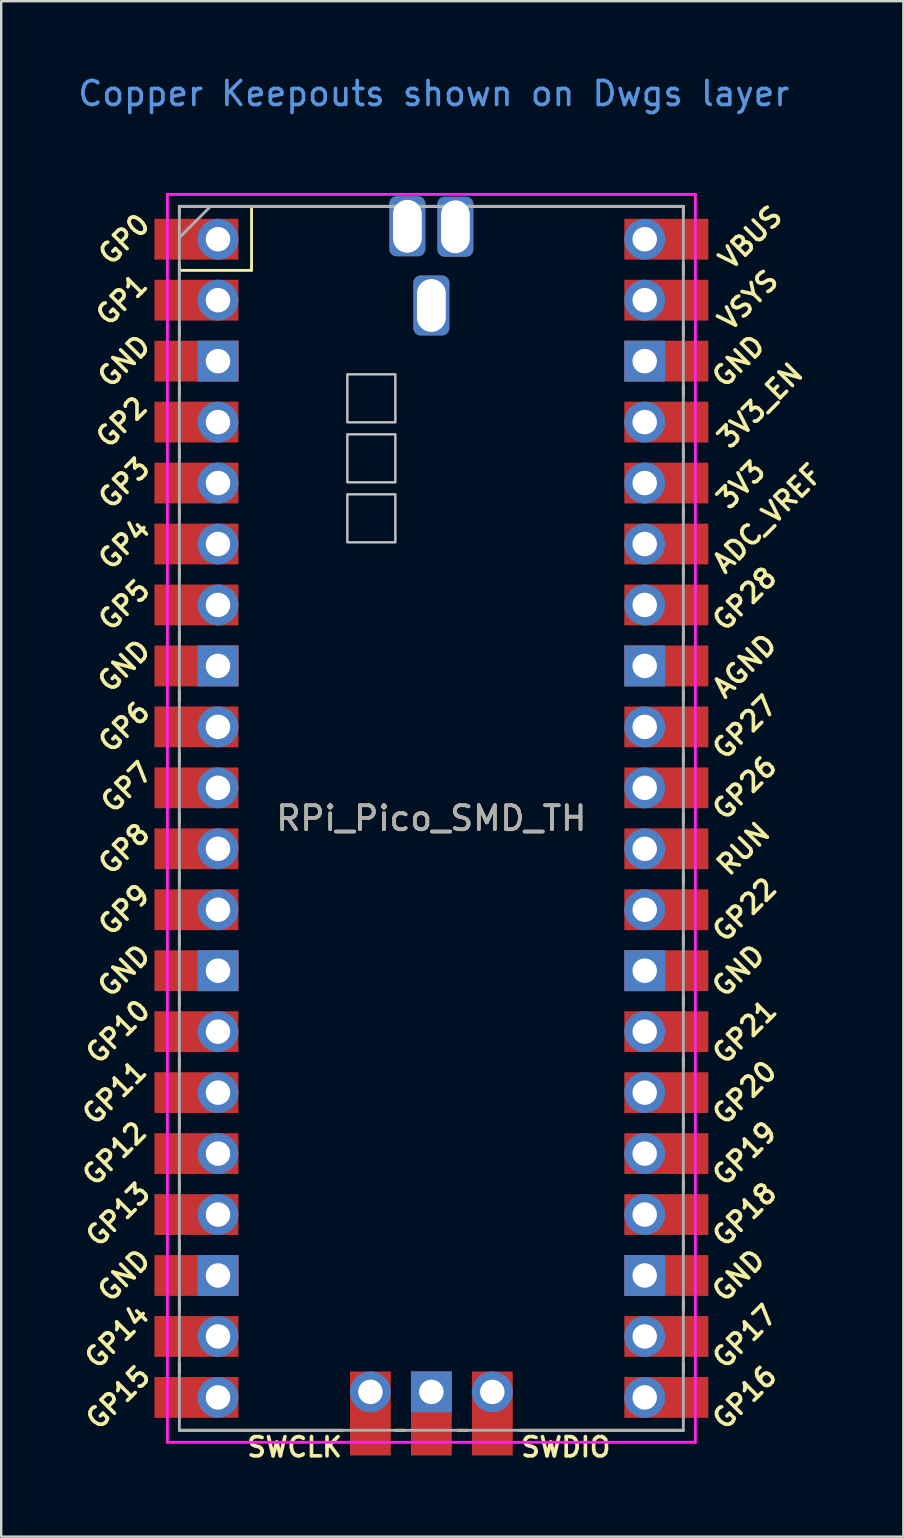
<source format=kicad_pcb>
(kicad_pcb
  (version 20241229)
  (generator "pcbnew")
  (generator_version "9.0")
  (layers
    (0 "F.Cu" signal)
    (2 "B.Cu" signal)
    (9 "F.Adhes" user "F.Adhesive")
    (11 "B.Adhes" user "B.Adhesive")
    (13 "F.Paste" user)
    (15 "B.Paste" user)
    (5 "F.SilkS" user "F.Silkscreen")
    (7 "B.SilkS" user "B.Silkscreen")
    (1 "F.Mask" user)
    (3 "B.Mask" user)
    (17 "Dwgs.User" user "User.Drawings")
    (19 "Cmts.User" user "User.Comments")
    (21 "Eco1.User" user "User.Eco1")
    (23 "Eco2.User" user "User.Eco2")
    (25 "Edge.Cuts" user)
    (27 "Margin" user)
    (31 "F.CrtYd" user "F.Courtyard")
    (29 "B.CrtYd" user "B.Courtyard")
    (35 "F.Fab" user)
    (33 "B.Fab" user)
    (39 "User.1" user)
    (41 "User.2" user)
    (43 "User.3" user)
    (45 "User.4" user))
  (footprint "RPi_Pico_SMD_TH"
    (layer "F.Cu")
    (at 14.924 31.048)
    (property "Reference" "RPi_Pico_SMD_TH" (at 0 0 0) (layer "F.SilkS") (effects (font (size 1 1) (thickness 0.15))))
    (attr through_hole)
    (fp_line (start -10.5 -25.5) (end -10.5 -25.2) (stroke (width 0.12) (type solid)) (layer "F.SilkS"))
    (fp_line (start -10.5 -25.5) (end 10.5 -25.5) (stroke (width 0.12) (type solid)) (layer "F.SilkS"))
    (fp_line (start -10.5 -23.1) (end -10.5 -22.7) (stroke (width 0.12) (type solid)) (layer "F.SilkS"))
    (fp_line (start -10.5 -22.833) (end -7.493 -22.833) (stroke (width 0.12) (type solid)) (layer "F.SilkS"))
    (fp_line (start -10.5 -20.5) (end -10.5 -20.1) (stroke (width 0.12) (type solid)) (layer "F.SilkS"))
    (fp_line (start -10.5 -18) (end -10.5 -17.6) (stroke (width 0.12) (type solid)) (layer "F.SilkS"))
    (fp_line (start -10.5 -15.4) (end -10.5 -15) (stroke (width 0.12) (type solid)) (layer "F.SilkS"))
    (fp_line (start -10.5 -12.9) (end -10.5 -12.5) (stroke (width 0.12) (type solid)) (layer "F.SilkS"))
    (fp_line (start -10.5 -10.4) (end -10.5 -10) (stroke (width 0.12) (type solid)) (layer "F.SilkS"))
    (fp_line (start -10.5 -7.8) (end -10.5 -7.4) (stroke (width 0.12) (type solid)) (layer "F.SilkS"))
    (fp_line (start -10.5 -5.3) (end -10.5 -4.9) (stroke (width 0.12) (type solid)) (layer "F.SilkS"))
    (fp_line (start -10.5 -2.7) (end -10.5 -2.3) (stroke (width 0.12) (type solid)) (layer "F.SilkS"))
    (fp_line (start -10.5 -0.2) (end -10.5 0.2) (stroke (width 0.12) (type solid)) (layer "F.SilkS"))
    (fp_line (start -10.5 2.3) (end -10.5 2.7) (stroke (width 0.12) (type solid)) (layer "F.SilkS"))
    (fp_line (start -10.5 4.9) (end -10.5 5.3) (stroke (width 0.12) (type solid)) (layer "F.SilkS"))
    (fp_line (start -10.5 7.4) (end -10.5 7.8) (stroke (width 0.12) (type solid)) (layer "F.SilkS"))
    (fp_line (start -10.5 10) (end -10.5 10.4) (stroke (width 0.12) (type solid)) (layer "F.SilkS"))
    (fp_line (start -10.5 12.5) (end -10.5 12.9) (stroke (width 0.12) (type solid)) (layer "F.SilkS"))
    (fp_line (start -10.5 15.1) (end -10.5 15.5) (stroke (width 0.12) (type solid)) (layer "F.SilkS"))
    (fp_line (start -10.5 17.6) (end -10.5 18) (stroke (width 0.12) (type solid)) (layer "F.SilkS"))
    (fp_line (start -10.5 20.1) (end -10.5 20.5) (stroke (width 0.12) (type solid)) (layer "F.SilkS"))
    (fp_line (start -10.5 22.7) (end -10.5 23.1) (stroke (width 0.12) (type solid)) (layer "F.SilkS"))
    (fp_line (start -7.493 -22.833) (end -7.493 -25.5) (stroke (width 0.12) (type solid)) (layer "F.SilkS"))
    (fp_line (start -3.7 25.5) (end -10.5 25.5) (stroke (width 0.12) (type solid)) (layer "F.SilkS"))
    (fp_line (start -1.5 25.5) (end -1.1 25.5) (stroke (width 0.12) (type solid)) (layer "F.SilkS"))
    (fp_line (start 1.1 25.5) (end 1.5 25.5) (stroke (width 0.12) (type solid)) (layer "F.SilkS"))
    (fp_line (start 10.5 -25.5) (end 10.5 -25.2) (stroke (width 0.12) (type solid)) (layer "F.SilkS"))
    (fp_line (start 10.5 -23.1) (end 10.5 -22.7) (stroke (width 0.12) (type solid)) (layer "F.SilkS"))
    (fp_line (start 10.5 -20.5) (end 10.5 -20.1) (stroke (width 0.12) (type solid)) (layer "F.SilkS"))
    (fp_line (start 10.5 -18) (end 10.5 -17.6) (stroke (width 0.12) (type solid)) (layer "F.SilkS"))
    (fp_line (start 10.5 -15.4) (end 10.5 -15) (stroke (width 0.12) (type solid)) (layer "F.SilkS"))
    (fp_line (start 10.5 -12.9) (end 10.5 -12.5) (stroke (width 0.12) (type solid)) (layer "F.SilkS"))
    (fp_line (start 10.5 -10.4) (end 10.5 -10) (stroke (width 0.12) (type solid)) (layer "F.SilkS"))
    (fp_line (start 10.5 -7.8) (end 10.5 -7.4) (stroke (width 0.12) (type solid)) (layer "F.SilkS"))
    (fp_line (start 10.5 -5.3) (end 10.5 -4.9) (stroke (width 0.12) (type solid)) (layer "F.SilkS"))
    (fp_line (start 10.5 -2.7) (end 10.5 -2.3) (stroke (width 0.12) (type solid)) (layer "F.SilkS"))
    (fp_line (start 10.5 -0.2) (end 10.5 0.2) (stroke (width 0.12) (type solid)) (layer "F.SilkS"))
    (fp_line (start 10.5 2.3) (end 10.5 2.7) (stroke (width 0.12) (type solid)) (layer "F.SilkS"))
    (fp_line (start 10.5 4.9) (end 10.5 5.3) (stroke (width 0.12) (type solid)) (layer "F.SilkS"))
    (fp_line (start 10.5 7.4) (end 10.5 7.8) (stroke (width 0.12) (type solid)) (layer "F.SilkS"))
    (fp_line (start 10.5 10) (end 10.5 10.4) (stroke (width 0.12) (type solid)) (layer "F.SilkS"))
    (fp_line (start 10.5 12.5) (end 10.5 12.9) (stroke (width 0.12) (type solid)) (layer "F.SilkS"))
    (fp_line (start 10.5 15.1) (end 10.5 15.5) (stroke (width 0.12) (type solid)) (layer "F.SilkS"))
    (fp_line (start 10.5 17.6) (end 10.5 18) (stroke (width 0.12) (type solid)) (layer "F.SilkS"))
    (fp_line (start 10.5 20.1) (end 10.5 20.5) (stroke (width 0.12) (type solid)) (layer "F.SilkS"))
    (fp_line (start 10.5 22.7) (end 10.5 23.1) (stroke (width 0.12) (type solid)) (layer "F.SilkS"))
    (fp_line (start 10.5 25.5) (end 3.7 25.5) (stroke (width 0.12) (type solid)) (layer "F.SilkS"))
    (fp_poly (pts (xy -1.5 -16.5) (xy -3.5 -16.5) (xy -3.5 -18.5) (xy -1.5 -18.5)) (stroke (width 0.1) (type solid)) (fill no) (layer "Dwgs.User"))
    (fp_poly (pts (xy -1.5 -14) (xy -3.5 -14) (xy -3.5 -16) (xy -1.5 -16)) (stroke (width 0.1) (type solid)) (fill no) (layer "Dwgs.User"))
    (fp_poly (pts (xy -1.5 -11.5) (xy -3.5 -11.5) (xy -3.5 -13.5) (xy -1.5 -13.5)) (stroke (width 0.1) (type solid)) (fill no) (layer "Dwgs.User"))
    (fp_line (start -11 -26) (end 11 -26) (stroke (width 0.12) (type solid)) (layer "F.CrtYd"))
    (fp_line (start -11 26) (end -11 -26) (stroke (width 0.12) (type solid)) (layer "F.CrtYd"))
    (fp_line (start 11 -26) (end 11 26) (stroke (width 0.12) (type solid)) (layer "F.CrtYd"))
    (fp_line (start 11 26) (end -11 26) (stroke (width 0.12) (type solid)) (layer "F.CrtYd"))
    (fp_line (start -10.5 -25.5) (end 10.5 -25.5) (stroke (width 0.12) (type solid)) (layer "F.Fab"))
    (fp_line (start -10.5 -24.2) (end -9.2 -25.5) (stroke (width 0.12) (type solid)) (layer "F.Fab"))
    (fp_line (start -10.5 25.5) (end -10.5 -25.5) (stroke (width 0.12) (type solid)) (layer "F.Fab"))
    (fp_line (start 10.5 -25.5) (end 10.5 25.5) (stroke (width 0.12) (type solid)) (layer "F.Fab"))
    (fp_line (start 10.5 25.5) (end -10.5 25.5) (stroke (width 0.12) (type solid)) (layer "F.Fab"))
    (fp_text user "3V3_EN" (at 13.7 -17.2 45) (layer "F.SilkS") (effects (font (size 0.8 0.8) (thickness 0.15))))
    (fp_text user "AGND" (at 13.054 -6.35 45) (layer "F.SilkS") (effects (font (size 0.8 0.8) (thickness 0.15))))
    (fp_text user "GP27" (at 13.054 -3.8 45) (layer "F.SilkS") (effects (font (size 0.8 0.8) (thickness 0.15))))
    (fp_text user "GP0" (at -12.8 -24.13 45) (layer "F.SilkS") (effects (font (size 0.8 0.8) (thickness 0.15))))
    (fp_text user "GP5" (at -12.8 -8.89 45) (layer "F.SilkS") (effects (font (size 0.8 0.8) (thickness 0.15))))
    (fp_text user "GND" (at 12.8 19.05 45) (layer "F.SilkS") (effects (font (size 0.8 0.8) (thickness 0.15))))
    (fp_text user "3V3" (at 12.9 -13.9 45) (layer "F.SilkS") (effects (font (size 0.8 0.8) (thickness 0.15))))
    (fp_text user "GP21" (at 13.054 8.9 45) (layer "F.SilkS") (effects (font (size 0.8 0.8) (thickness 0.15))))
    (fp_text user "GP7" (at -12.7 -1.3 45) (layer "F.SilkS") (effects (font (size 0.8 0.8) (thickness 0.15))))
    (fp_text user "GP4" (at -12.8 -11.43 45) (layer "F.SilkS") (effects (font (size 0.8 0.8) (thickness 0.15))))
    (fp_text user "GP9" (at -12.8 3.81 45) (layer "F.SilkS") (effects (font (size 0.8 0.8) (thickness 0.15))))
    (fp_text user "GND" (at -12.8 6.35 45) (layer "F.SilkS") (effects (font (size 0.8 0.8) (thickness 0.15))))
    (fp_text user "GP12" (at -13.2 13.97 45) (layer "F.SilkS") (effects (font (size 0.8 0.8) (thickness 0.15))))
    (fp_text user "GP22" (at 13.054 3.81 45) (layer "F.SilkS") (effects (font (size 0.8 0.8) (thickness 0.15))))
    (fp_text user "GP20" (at 13.054 11.43 45) (layer "F.SilkS") (effects (font (size 0.8 0.8) (thickness 0.15))))
    (fp_text user "VSYS" (at 13.2 -21.59 45) (layer "F.SilkS") (effects (font (size 0.8 0.8) (thickness 0.15))))
    (fp_text user "GP17" (at 13.054 21.59 45) (layer "F.SilkS") (effects (font (size 0.8 0.8) (thickness 0.15))))
    (fp_text user "SWDIO" (at 5.6 26.2 0) (layer "F.SilkS") (effects (font (size 0.8 0.8) (thickness 0.15))))
    (fp_text user "GP10" (at -13.054 8.89 45) (layer "F.SilkS") (effects (font (size 0.8 0.8) (thickness 0.15))))
    (fp_text user "GP8" (at -12.8 1.27 45) (layer "F.SilkS") (effects (font (size 0.8 0.8) (thickness 0.15))))
    (fp_text user "GND" (at -12.8 -19.05 45) (layer "F.SilkS") (effects (font (size 0.8 0.8) (thickness 0.15))))
    (fp_text user "GP15" (at -13.054 24.13 45) (layer "F.SilkS") (effects (font (size 0.8 0.8) (thickness 0.15))))
    (fp_text user "GND" (at -12.8 -6.35 45) (layer "F.SilkS") (effects (font (size 0.8 0.8) (thickness 0.15))))
    (fp_text user "GP16" (at 13.054 24.13 45) (layer "F.SilkS") (effects (font (size 0.8 0.8) (thickness 0.15))))
    (fp_text user "GP28" (at 13.054 -9.144 45) (layer "F.SilkS") (effects (font (size 0.8 0.8) (thickness 0.15))))
    (fp_text user "GP3" (at -12.8 -13.97 45) (layer "F.SilkS") (effects (font (size 0.8 0.8) (thickness 0.15))))
    (fp_text user "GND" (at 12.8 -19.05 45) (layer "F.SilkS") (effects (font (size 0.8 0.8) (thickness 0.15))))
    (fp_text user "GP2" (at -12.9 -16.51 45) (layer "F.SilkS") (effects (font (size 0.8 0.8) (thickness 0.15))))
    (fp_text user "GND" (at 12.8 6.35 45) (layer "F.SilkS") (effects (font (size 0.8 0.8) (thickness 0.15))))
    (fp_text user "ADC_VREF" (at 14 -12.5 45) (layer "F.SilkS") (effects (font (size 0.8 0.8) (thickness 0.15))))
    (fp_text user "GP18" (at 13.054 16.51 45) (layer "F.SilkS") (effects (font (size 0.8 0.8) (thickness 0.15))))
    (fp_text user "GP1" (at -12.9 -21.6 45) (layer "F.SilkS") (effects (font (size 0.8 0.8) (thickness 0.15))))
    (fp_text user "RUN" (at 13 1.27 45) (layer "F.SilkS") (effects (font (size 0.8 0.8) (thickness 0.15))))
    (fp_text user "GP6" (at -12.8 -3.81 45) (layer "F.SilkS") (effects (font (size 0.8 0.8) (thickness 0.15))))
    (fp_text user "GP14" (at -13.1 21.59 45) (layer "F.SilkS") (effects (font (size 0.8 0.8) (thickness 0.15))))
    (fp_text user "GP19" (at 13.054 13.97 45) (layer "F.SilkS") (effects (font (size 0.8 0.8) (thickness 0.15))))
    (fp_text user "GP11" (at -13.2 11.43 45) (layer "F.SilkS") (effects (font (size 0.8 0.8) (thickness 0.15))))
    (fp_text user "GND" (at -12.8 19.05 45) (layer "F.SilkS") (effects (font (size 0.8 0.8) (thickness 0.15))))
    (fp_text user "VBUS" (at 13.3 -24.2 45) (layer "F.SilkS") (effects (font (size 0.8 0.8) (thickness 0.15))))
    (fp_text user "GP26" (at 13.054 -1.27 45) (layer "F.SilkS") (effects (font (size 0.8 0.8) (thickness 0.15))))
    (fp_text user "GP13" (at -13.054 16.51 45) (layer "F.SilkS") (effects (font (size 0.8 0.8) (thickness 0.15))))
    (fp_text user "SWCLK" (at -5.7 26.2 0) (layer "F.SilkS") (effects (font (size 0.8 0.8) (thickness 0.15))))
    (fp_text user "Copper Keepouts shown on Dwgs layer" (at 0.1 -30.2 0) (layer "Cmts.User") (effects (font (size 1 1) (thickness 0.15))))
    (fp_text user "${REFERENCE}" (at 0 0 180) (layer "F.Fab") (effects (font (size 1 1) (thickness 0.15))))
    (pad "1" thru_hole oval (at -8.89 -24.13) (size 1.7 1.7) (drill 1.02) (layers "*.Cu" "*.Mask"))
    (pad "1" smd rect (at -8.89 -24.13) (size 3.5 1.7) (drill (offset -0.9 0)) (layers "F.Cu" "F.Mask"))
    (pad "2" thru_hole oval (at -8.89 -21.59) (size 1.7 1.7) (drill 1.02) (layers "*.Cu" "*.Mask"))
    (pad "2" smd rect (at -8.89 -21.59) (size 3.5 1.7) (drill (offset -0.9 0)) (layers "F.Cu" "F.Mask"))
    (pad "3" thru_hole rect (at -8.89 -19.05) (size 1.7 1.7) (drill 1.02) (layers "*.Cu" "*.Mask"))
    (pad "3" smd rect (at -8.89 -19.05) (size 3.5 1.7) (drill (offset -0.9 0)) (layers "F.Cu" "F.Mask"))
    (pad "4" thru_hole oval (at -8.89 -16.51) (size 1.7 1.7) (drill 1.02) (layers "*.Cu" "*.Mask"))
    (pad "4" smd rect (at -8.89 -16.51) (size 3.5 1.7) (drill (offset -0.9 0)) (layers "F.Cu" "F.Mask"))
    (pad "5" thru_hole oval (at -8.89 -13.97) (size 1.7 1.7) (drill 1.02) (layers "*.Cu" "*.Mask"))
    (pad "5" smd rect (at -8.89 -13.97) (size 3.5 1.7) (drill (offset -0.9 0)) (layers "F.Cu" "F.Mask"))
    (pad "6" thru_hole oval (at -8.89 -11.43) (size 1.7 1.7) (drill 1.02) (layers "*.Cu" "*.Mask"))
    (pad "6" smd rect (at -8.89 -11.43) (size 3.5 1.7) (drill (offset -0.9 0)) (layers "F.Cu" "F.Mask"))
    (pad "7" thru_hole oval (at -8.89 -8.89) (size 1.7 1.7) (drill 1.02) (layers "*.Cu" "*.Mask"))
    (pad "7" smd rect (at -8.89 -8.89) (size 3.5 1.7) (drill (offset -0.9 0)) (layers "F.Cu" "F.Mask"))
    (pad "8" thru_hole rect (at -8.89 -6.35) (size 1.7 1.7) (drill 1.02) (layers "*.Cu" "*.Mask"))
    (pad "8" smd rect (at -8.89 -6.35) (size 3.5 1.7) (drill (offset -0.9 0)) (layers "F.Cu" "F.Mask"))
    (pad "9" thru_hole oval (at -8.89 -3.81) (size 1.7 1.7) (drill 1.02) (layers "*.Cu" "*.Mask"))
    (pad "9" smd rect (at -8.89 -3.81) (size 3.5 1.7) (drill (offset -0.9 0)) (layers "F.Cu" "F.Mask"))
    (pad "10" thru_hole oval (at -8.89 -1.27) (size 1.7 1.7) (drill 1.02) (layers "*.Cu" "*.Mask"))
    (pad "10" smd rect (at -8.89 -1.27) (size 3.5 1.7) (drill (offset -0.9 0)) (layers "F.Cu" "F.Mask"))
    (pad "11" thru_hole oval (at -8.89 1.27) (size 1.7 1.7) (drill 1.02) (layers "*.Cu" "*.Mask"))
    (pad "11" smd rect (at -8.89 1.27) (size 3.5 1.7) (drill (offset -0.9 0)) (layers "F.Cu" "F.Mask"))
    (pad "12" thru_hole oval (at -8.89 3.81) (size 1.7 1.7) (drill 1.02) (layers "*.Cu" "*.Mask"))
    (pad "12" smd rect (at -8.89 3.81) (size 3.5 1.7) (drill (offset -0.9 0)) (layers "F.Cu" "F.Mask"))
    (pad "13" thru_hole rect (at -8.89 6.35) (size 1.7 1.7) (drill 1.02) (layers "*.Cu" "*.Mask"))
    (pad "13" smd rect (at -8.89 6.35) (size 3.5 1.7) (drill (offset -0.9 0)) (layers "F.Cu" "F.Mask"))
    (pad "14" thru_hole oval (at -8.89 8.89) (size 1.7 1.7) (drill 1.02) (layers "*.Cu" "*.Mask"))
    (pad "14" smd rect (at -8.89 8.89) (size 3.5 1.7) (drill (offset -0.9 0)) (layers "F.Cu" "F.Mask"))
    (pad "15" thru_hole oval (at -8.89 11.43) (size 1.7 1.7) (drill 1.02) (layers "*.Cu" "*.Mask"))
    (pad "15" smd rect (at -8.89 11.43) (size 3.5 1.7) (drill (offset -0.9 0)) (layers "F.Cu" "F.Mask"))
    (pad "16" thru_hole oval (at -8.89 13.97) (size 1.7 1.7) (drill 1.02) (layers "*.Cu" "*.Mask"))
    (pad "16" smd rect (at -8.89 13.97) (size 3.5 1.7) (drill (offset -0.9 0)) (layers "F.Cu" "F.Mask"))
    (pad "17" thru_hole oval (at -8.89 16.51) (size 1.7 1.7) (drill 1.02) (layers "*.Cu" "*.Mask"))
    (pad "17" smd rect (at -8.89 16.51) (size 3.5 1.7) (drill (offset -0.9 0)) (layers "F.Cu" "F.Mask"))
    (pad "18" thru_hole rect (at -8.89 19.05) (size 1.7 1.7) (drill 1.02) (layers "*.Cu" "*.Mask"))
    (pad "18" smd rect (at -8.89 19.05) (size 3.5 1.7) (drill (offset -0.9 0)) (layers "F.Cu" "F.Mask"))
    (pad "19" thru_hole oval (at -8.89 21.59) (size 1.7 1.7) (drill 1.02) (layers "*.Cu" "*.Mask"))
    (pad "19" smd rect (at -8.89 21.59) (size 3.5 1.7) (drill (offset -0.9 0)) (layers "F.Cu" "F.Mask"))
    (pad "20" thru_hole oval (at -8.89 24.13) (size 1.7 1.7) (drill 1.02) (layers "*.Cu" "*.Mask"))
    (pad "20" smd rect (at -8.89 24.13) (size 3.5 1.7) (drill (offset -0.9 0)) (layers "F.Cu" "F.Mask"))
    (pad "21" thru_hole oval (at 8.89 24.13) (size 1.7 1.7) (drill 1.02) (layers "*.Cu" "*.Mask"))
    (pad "21" smd rect (at 8.89 24.13) (size 3.5 1.7) (drill (offset 0.9 0)) (layers "F.Cu" "F.Mask"))
    (pad "22" thru_hole oval (at 8.89 21.59) (size 1.7 1.7) (drill 1.02) (layers "*.Cu" "*.Mask"))
    (pad "22" smd rect (at 8.89 21.59) (size 3.5 1.7) (drill (offset 0.9 0)) (layers "F.Cu" "F.Mask"))
    (pad "23" thru_hole rect (at 8.89 19.05) (size 1.7 1.7) (drill 1.02) (layers "*.Cu" "*.Mask"))
    (pad "23" smd rect (at 8.89 19.05) (size 3.5 1.7) (drill (offset 0.9 0)) (layers "F.Cu" "F.Mask"))
    (pad "24" thru_hole oval (at 8.89 16.51) (size 1.7 1.7) (drill 1.02) (layers "*.Cu" "*.Mask"))
    (pad "24" smd rect (at 8.89 16.51) (size 3.5 1.7) (drill (offset 0.9 0)) (layers "F.Cu" "F.Mask"))
    (pad "25" thru_hole oval (at 8.89 13.97) (size 1.7 1.7) (drill 1.02) (layers "*.Cu" "*.Mask"))
    (pad "25" smd rect (at 8.89 13.97) (size 3.5 1.7) (drill (offset 0.9 0)) (layers "F.Cu" "F.Mask"))
    (pad "26" thru_hole oval (at 8.89 11.43) (size 1.7 1.7) (drill 1.02) (layers "*.Cu" "*.Mask"))
    (pad "26" smd rect (at 8.89 11.43) (size 3.5 1.7) (drill (offset 0.9 0)) (layers "F.Cu" "F.Mask"))
    (pad "27" thru_hole oval (at 8.89 8.89) (size 1.7 1.7) (drill 1.02) (layers "*.Cu" "*.Mask"))
    (pad "27" smd rect (at 8.89 8.89) (size 3.5 1.7) (drill (offset 0.9 0)) (layers "F.Cu" "F.Mask"))
    (pad "28" thru_hole rect (at 8.89 6.35) (size 1.7 1.7) (drill 1.02) (layers "*.Cu" "*.Mask"))
    (pad "28" smd rect (at 8.89 6.35) (size 3.5 1.7) (drill (offset 0.9 0)) (layers "F.Cu" "F.Mask"))
    (pad "29" thru_hole oval (at 8.89 3.81) (size 1.7 1.7) (drill 1.02) (layers "*.Cu" "*.Mask"))
    (pad "29" smd rect (at 8.89 3.81) (size 3.5 1.7) (drill (offset 0.9 0)) (layers "F.Cu" "F.Mask"))
    (pad "30" thru_hole oval (at 8.89 1.27) (size 1.7 1.7) (drill 1.02) (layers "*.Cu" "*.Mask"))
    (pad "30" smd rect (at 8.89 1.27) (size 3.5 1.7) (drill (offset 0.9 0)) (layers "F.Cu" "F.Mask"))
    (pad "31" thru_hole oval (at 8.89 -1.27) (size 1.7 1.7) (drill 1.02) (layers "*.Cu" "*.Mask"))
    (pad "31" smd rect (at 8.89 -1.27) (size 3.5 1.7) (drill (offset 0.9 0)) (layers "F.Cu" "F.Mask"))
    (pad "32" thru_hole oval (at 8.89 -3.81) (size 1.7 1.7) (drill 1.02) (layers "*.Cu" "*.Mask"))
    (pad "32" smd rect (at 8.89 -3.81) (size 3.5 1.7) (drill (offset 0.9 0)) (layers "F.Cu" "F.Mask"))
    (pad "33" thru_hole rect (at 8.89 -6.35) (size 1.7 1.7) (drill 1.02) (layers "*.Cu" "*.Mask"))
    (pad "33" smd rect (at 8.89 -6.35) (size 3.5 1.7) (drill (offset 0.9 0)) (layers "F.Cu" "F.Mask"))
    (pad "34" thru_hole oval (at 8.89 -8.89) (size 1.7 1.7) (drill 1.02) (layers "*.Cu" "*.Mask"))
    (pad "34" smd rect (at 8.89 -8.89) (size 3.5 1.7) (drill (offset 0.9 0)) (layers "F.Cu" "F.Mask"))
    (pad "35" thru_hole oval (at 8.89 -11.43) (size 1.7 1.7) (drill 1.02) (layers "*.Cu" "*.Mask"))
    (pad "35" smd rect (at 8.89 -11.43) (size 3.5 1.7) (drill (offset 0.9 0)) (layers "F.Cu" "F.Mask"))
    (pad "36" thru_hole oval (at 8.89 -13.97) (size 1.7 1.7) (drill 1.02) (layers "*.Cu" "*.Mask"))
    (pad "36" smd rect (at 8.89 -13.97) (size 3.5 1.7) (drill (offset 0.9 0)) (layers "F.Cu" "F.Mask"))
    (pad "37" thru_hole oval (at 8.89 -16.51) (size 1.7 1.7) (drill 1.02) (layers "*.Cu" "*.Mask"))
    (pad "37" smd rect (at 8.89 -16.51) (size 3.5 1.7) (drill (offset 0.9 0)) (layers "F.Cu" "F.Mask"))
    (pad "38" thru_hole rect (at 8.89 -19.05) (size 1.7 1.7) (drill 1.02) (layers "*.Cu" "*.Mask"))
    (pad "38" smd rect (at 8.89 -19.05) (size 3.5 1.7) (drill (offset 0.9 0)) (layers "F.Cu" "F.Mask"))
    (pad "39" thru_hole oval (at 8.89 -21.59) (size 1.7 1.7) (drill 1.02) (layers "*.Cu" "*.Mask"))
    (pad "39" smd rect (at 8.89 -21.59) (size 3.5 1.7) (drill (offset 0.9 0)) (layers "F.Cu" "F.Mask"))
    (pad "40" thru_hole oval (at 8.89 -24.13) (size 1.7 1.7) (drill 1.02) (layers "*.Cu" "*.Mask"))
    (pad "40" smd rect (at 8.89 -24.13) (size 3.5 1.7) (drill (offset 0.9 0)) (layers "F.Cu" "F.Mask"))
    (pad "41" thru_hole oval (at -2.54 23.9) (size 1.7 1.7) (drill 1.02) (layers "*.Cu" "*.Mask"))
    (pad "41" smd rect (at -2.54 23.9 90) (size 3.5 1.7) (drill (offset -0.9 0)) (layers "F.Cu" "F.Mask"))
    (pad "42" thru_hole rect (at 0 23.9) (size 1.7 1.7) (drill 1.02) (layers "*.Cu" "*.Mask"))
    (pad "42" smd rect (at 0 23.9 90) (size 3.5 1.7) (drill (offset -0.9 0)) (layers "F.Cu" "F.Mask"))
    (pad "43" thru_hole oval (at 2.54 23.9) (size 1.7 1.7) (drill 1.02) (layers "*.Cu" "*.Mask"))
    (pad "43" smd rect (at 2.54 23.9 90) (size 3.5 1.7) (drill (offset -0.9 0)) (layers "F.Cu" "F.Mask"))
    (pad "TP1" thru_hole roundrect (at 0 -21.37) (size 1.5 2.5) (drill oval 1.2 2.2) (layers "*.Cu" "*.Mask") (roundrect_rratio 0.2))
    (pad "TP2" thru_hole roundrect (at 1 -24.65) (size 1.5 2.5) (drill oval 1.2 2.2) (layers "*.Cu" "*.Mask") (roundrect_rratio 0.2))
    (pad "TP3" thru_hole roundrect (at -1 -24.67) (size 1.5 2.5) (drill oval 1.2 2.2) (layers "*.Cu" "*.Mask") (roundrect_rratio 0.2)))
  (gr_rect
    (start -3 -3)
    (end 34.591 60.98)
    (stroke (width 0.1) (type default))
    (fill no)
    (layer "Edge.Cuts")))
</source>
